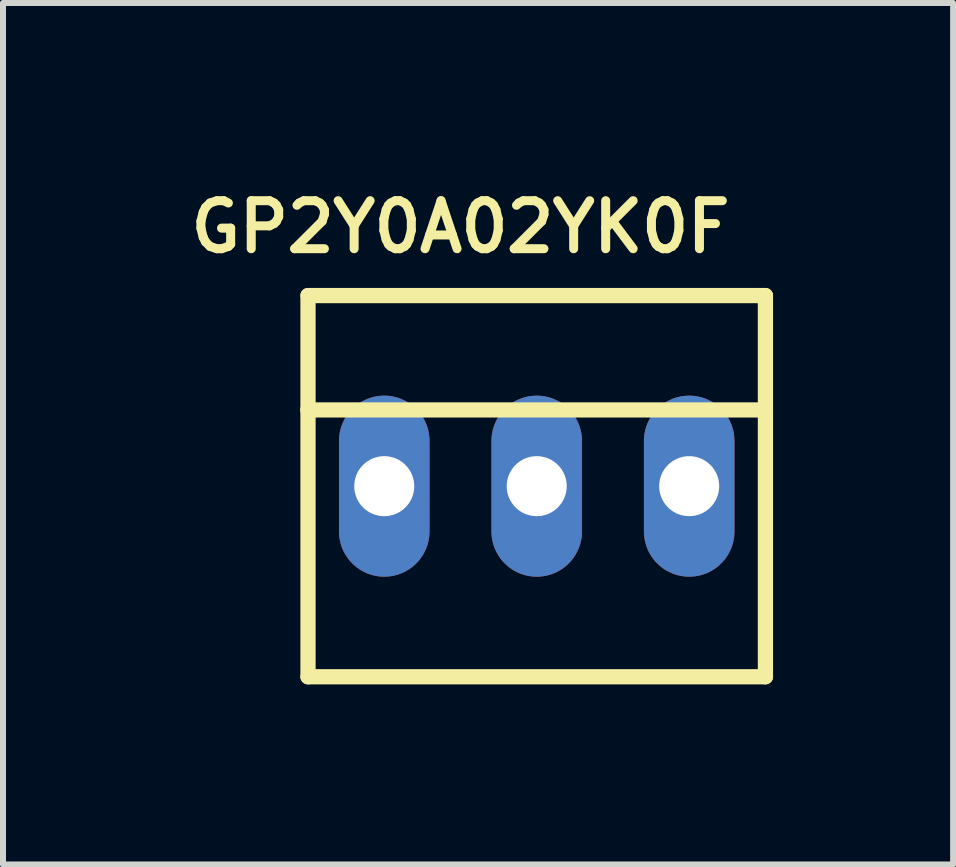
<source format=kicad_pcb>
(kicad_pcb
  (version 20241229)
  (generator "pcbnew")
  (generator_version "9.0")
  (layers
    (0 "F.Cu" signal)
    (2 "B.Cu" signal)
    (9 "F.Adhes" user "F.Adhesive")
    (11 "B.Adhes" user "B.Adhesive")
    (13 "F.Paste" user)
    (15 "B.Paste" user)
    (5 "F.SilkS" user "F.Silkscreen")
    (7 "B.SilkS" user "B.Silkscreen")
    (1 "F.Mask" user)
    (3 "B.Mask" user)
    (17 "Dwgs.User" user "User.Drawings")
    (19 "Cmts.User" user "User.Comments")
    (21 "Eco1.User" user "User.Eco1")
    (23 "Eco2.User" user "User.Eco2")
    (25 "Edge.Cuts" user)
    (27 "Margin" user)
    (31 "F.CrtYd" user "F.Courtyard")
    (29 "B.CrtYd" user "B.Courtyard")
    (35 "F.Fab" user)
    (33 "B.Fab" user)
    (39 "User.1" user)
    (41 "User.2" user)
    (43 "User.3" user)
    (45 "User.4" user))
  (footprint "GP2Y0A02YK0F"
    (layer "F.Cu")
    (at 5.891 5.049)
    (property "Reference" "GP2Y0A02YK0F" (at -1.27 -4.318 0) (layer "F.SilkS") (effects (font (size 0.8 0.8) (thickness 0.15))))
    (attr through_hole)
    (fp_line (start -3.81 -3.175) (end 3.81 -3.175) (stroke (width 0.254) (type solid)) (layer "F.SilkS"))
    (fp_line (start -3.81 -1.27) (end -3.81 -3.175) (stroke (width 0.254) (type solid)) (layer "F.SilkS"))
    (fp_line (start -3.81 -1.27) (end 3.81 -1.27) (stroke (width 0.254) (type solid)) (layer "F.SilkS"))
    (fp_line (start -3.81 3.175) (end -3.81 -1.27) (stroke (width 0.254) (type solid)) (layer "F.SilkS"))
    (fp_line (start 3.81 -3.175) (end 3.81 -1.27) (stroke (width 0.254) (type solid)) (layer "F.SilkS"))
    (fp_line (start 3.81 -1.27) (end 3.81 3.175) (stroke (width 0.254) (type solid)) (layer "F.SilkS"))
    (fp_line (start 3.81 3.175) (end -3.81 3.175) (stroke (width 0.254) (type solid)) (layer "F.SilkS"))
    (pad "1" thru_hole oval (at -2.54 0) (size 1.508 3.016) (drill 1) (layers "*.Cu" "*.Mask"))
    (pad "2" thru_hole oval (at 0 0) (size 1.508 3.016) (drill 1) (layers "*.Cu" "*.Mask"))
    (pad "3" thru_hole oval (at 2.54 0) (size 1.508 3.016) (drill 1) (layers "*.Cu" "*.Mask")))
  (gr_rect
    (start -3 -3)
    (end 12.828 11.351)
    (stroke (width 0.1) (type default))
    (fill no)
    (layer "Edge.Cuts")))
</source>
